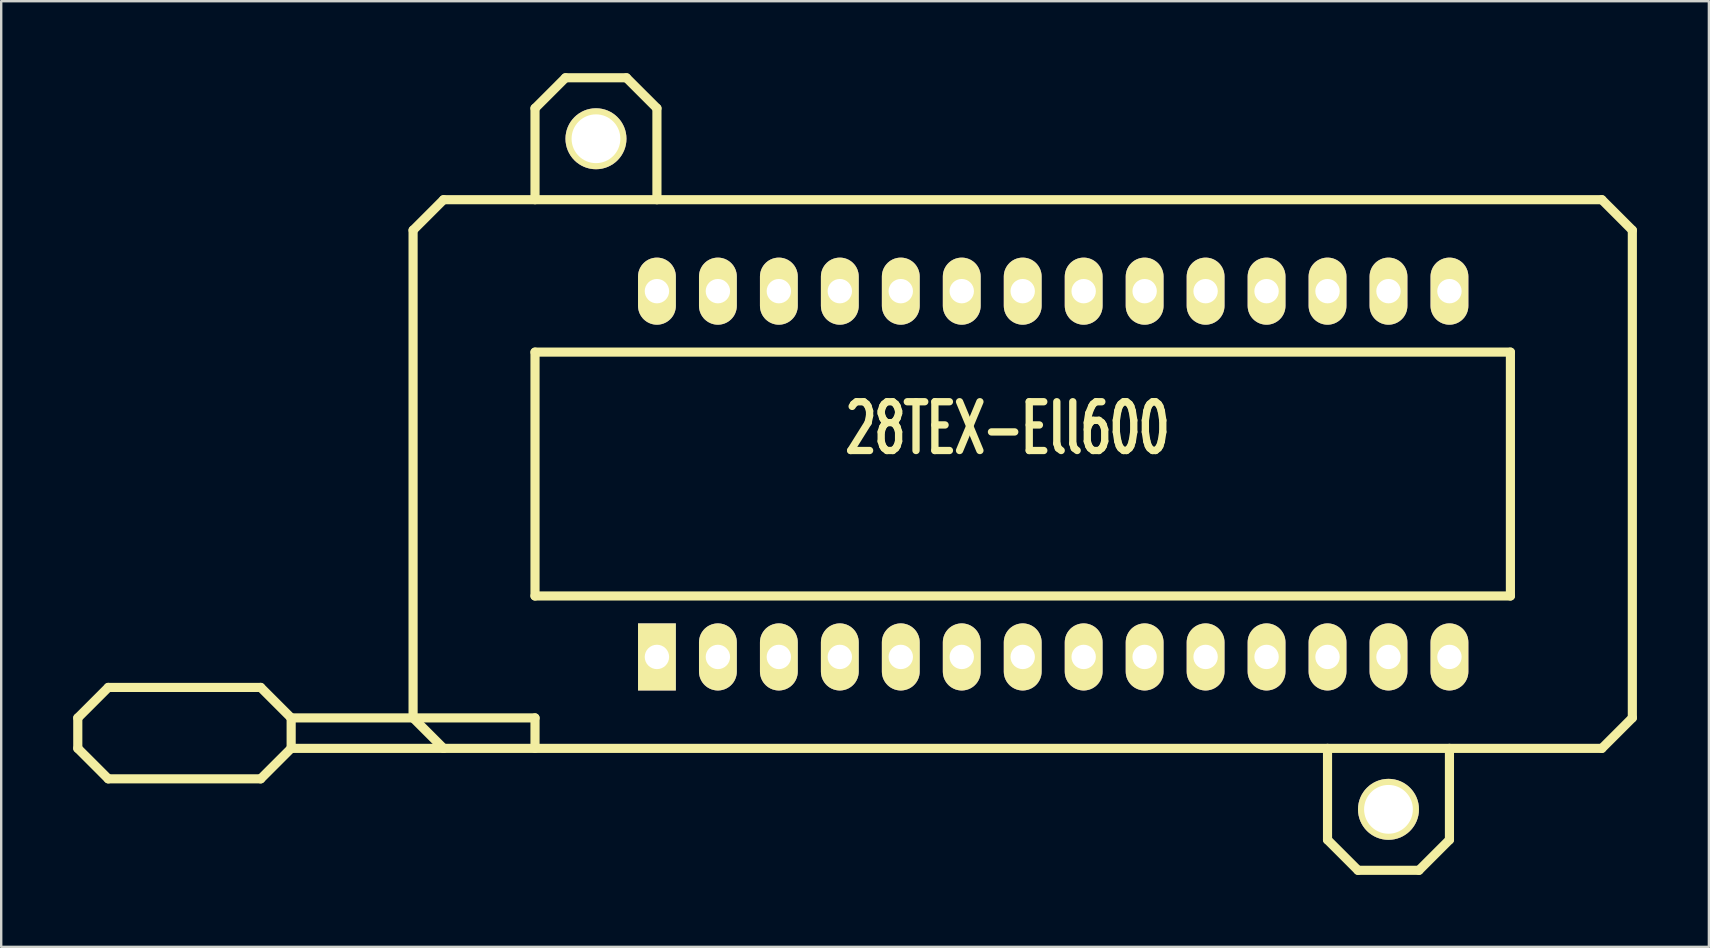
<source format=kicad_pcb>
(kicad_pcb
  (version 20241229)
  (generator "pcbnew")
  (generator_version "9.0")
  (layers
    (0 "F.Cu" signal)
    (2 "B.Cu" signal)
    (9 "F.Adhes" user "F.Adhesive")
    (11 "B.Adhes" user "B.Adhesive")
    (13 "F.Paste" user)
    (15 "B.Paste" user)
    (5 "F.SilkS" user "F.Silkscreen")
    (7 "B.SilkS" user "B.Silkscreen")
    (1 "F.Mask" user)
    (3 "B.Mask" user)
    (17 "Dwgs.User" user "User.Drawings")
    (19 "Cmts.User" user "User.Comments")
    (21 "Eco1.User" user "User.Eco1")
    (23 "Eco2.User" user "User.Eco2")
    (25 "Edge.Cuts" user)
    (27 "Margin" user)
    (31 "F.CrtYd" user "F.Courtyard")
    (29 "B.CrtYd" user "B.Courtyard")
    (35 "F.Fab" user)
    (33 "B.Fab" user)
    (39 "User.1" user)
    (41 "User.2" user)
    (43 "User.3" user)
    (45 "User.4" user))
  (footprint "28TEX-Ell600"
    (layer "F.Cu")
    (at 40.831 16.701)
    (property "Reference" "28TEX-Ell600" (at -1.905 -1.905 0) (layer "F.SilkS") (effects (font (size 2.032 1.27) (thickness 0.305))))
    (attr through_hole)
    (fp_line (start -40.64 10.16) (end -40.64 11.43) (stroke (width 0.381) (type solid)) (layer "F.SilkS"))
    (fp_line (start -40.64 11.43) (end -39.37 12.7) (stroke (width 0.381) (type solid)) (layer "F.SilkS"))
    (fp_line (start -39.37 8.89) (end -40.64 10.16) (stroke (width 0.381) (type solid)) (layer "F.SilkS"))
    (fp_line (start -39.37 12.7) (end -33.02 12.7) (stroke (width 0.381) (type solid)) (layer "F.SilkS"))
    (fp_line (start -33.02 8.89) (end -39.37 8.89) (stroke (width 0.381) (type solid)) (layer "F.SilkS"))
    (fp_line (start -33.02 12.7) (end -31.75 11.43) (stroke (width 0.381) (type solid)) (layer "F.SilkS"))
    (fp_line (start -31.75 10.16) (end -33.02 8.89) (stroke (width 0.381) (type solid)) (layer "F.SilkS"))
    (fp_line (start -31.75 10.16) (end -21.59 10.16) (stroke (width 0.381) (type solid)) (layer "F.SilkS"))
    (fp_line (start -31.75 11.43) (end -31.75 10.16) (stroke (width 0.381) (type solid)) (layer "F.SilkS"))
    (fp_line (start -31.75 11.43) (end -25.4 11.43) (stroke (width 0.381) (type solid)) (layer "F.SilkS"))
    (fp_line (start -26.67 -10.16) (end -26.67 10.16) (stroke (width 0.381) (type solid)) (layer "F.SilkS"))
    (fp_line (start -26.67 10.16) (end -25.4 11.43) (stroke (width 0.381) (type solid)) (layer "F.SilkS"))
    (fp_line (start -25.4 -11.43) (end -26.67 -10.16) (stroke (width 0.381) (type solid)) (layer "F.SilkS"))
    (fp_line (start -25.4 11.43) (end 22.86 11.43) (stroke (width 0.381) (type solid)) (layer "F.SilkS"))
    (fp_line (start -21.59 -15.24) (end -21.59 -11.43) (stroke (width 0.381) (type solid)) (layer "F.SilkS"))
    (fp_line (start -21.59 -5.08) (end -21.59 5.08) (stroke (width 0.381) (type solid)) (layer "F.SilkS"))
    (fp_line (start -21.59 5.08) (end 19.05 5.08) (stroke (width 0.381) (type solid)) (layer "F.SilkS"))
    (fp_line (start -21.59 10.16) (end -21.59 11.43) (stroke (width 0.381) (type solid)) (layer "F.SilkS"))
    (fp_line (start -20.32 -16.51) (end -21.59 -15.24) (stroke (width 0.381) (type solid)) (layer "F.SilkS"))
    (fp_line (start -17.78 -16.51) (end -20.32 -16.51) (stroke (width 0.381) (type solid)) (layer "F.SilkS"))
    (fp_line (start -16.51 -15.24) (end -17.78 -16.51) (stroke (width 0.381) (type solid)) (layer "F.SilkS"))
    (fp_line (start -16.51 -11.43) (end -16.51 -15.24) (stroke (width 0.381) (type solid)) (layer "F.SilkS"))
    (fp_line (start 11.43 15.24) (end 11.43 11.43) (stroke (width 0.381) (type solid)) (layer "F.SilkS"))
    (fp_line (start 12.7 16.51) (end 11.43 15.24) (stroke (width 0.381) (type solid)) (layer "F.SilkS"))
    (fp_line (start 15.24 16.51) (end 12.7 16.51) (stroke (width 0.381) (type solid)) (layer "F.SilkS"))
    (fp_line (start 16.51 11.43) (end 16.51 15.24) (stroke (width 0.381) (type solid)) (layer "F.SilkS"))
    (fp_line (start 16.51 15.24) (end 15.24 16.51) (stroke (width 0.381) (type solid)) (layer "F.SilkS"))
    (fp_line (start 19.05 -5.08) (end -21.59 -5.08) (stroke (width 0.381) (type solid)) (layer "F.SilkS"))
    (fp_line (start 19.05 5.08) (end 19.05 -5.08) (stroke (width 0.381) (type solid)) (layer "F.SilkS"))
    (fp_line (start 22.86 -11.43) (end -25.4 -11.43) (stroke (width 0.381) (type solid)) (layer "F.SilkS"))
    (fp_line (start 22.86 11.43) (end 24.13 10.16) (stroke (width 0.381) (type solid)) (layer "F.SilkS"))
    (fp_line (start 24.13 -10.16) (end 22.86 -11.43) (stroke (width 0.381) (type solid)) (layer "F.SilkS"))
    (fp_line (start 24.13 10.16) (end 24.13 -10.16) (stroke (width 0.381) (type solid)) (layer "F.SilkS"))
    (pad "1" thru_hole rect (at -16.51 7.62) (size 1.575 2.794) (drill 1.016) (layers "*.Cu" "*.Mask" "F.SilkS"))
    (pad "2" thru_hole oval (at -13.97 7.62) (size 1.575 2.794) (drill 1.016) (layers "*.Cu" "*.Mask" "F.SilkS"))
    (pad "3" thru_hole oval (at -11.43 7.62) (size 1.575 2.794) (drill 1.016) (layers "*.Cu" "*.Mask" "F.SilkS"))
    (pad "4" thru_hole oval (at -8.89 7.62) (size 1.575 2.794) (drill 1.016) (layers "*.Cu" "*.Mask" "F.SilkS"))
    (pad "5" thru_hole oval (at -6.35 7.62) (size 1.575 2.794) (drill 1.016) (layers "*.Cu" "*.Mask" "F.SilkS"))
    (pad "6" thru_hole oval (at -3.81 7.62) (size 1.575 2.794) (drill 1.016) (layers "*.Cu" "*.Mask" "F.SilkS"))
    (pad "7" thru_hole oval (at -1.27 7.62) (size 1.575 2.794) (drill 1.016) (layers "*.Cu" "*.Mask" "F.SilkS"))
    (pad "8" thru_hole oval (at 1.27 7.62) (size 1.575 2.794) (drill 1.016) (layers "*.Cu" "*.Mask" "F.SilkS"))
    (pad "9" thru_hole oval (at 3.81 7.62) (size 1.575 2.794) (drill 1.016) (layers "*.Cu" "*.Mask" "F.SilkS"))
    (pad "10" thru_hole oval (at 6.35 7.62) (size 1.575 2.794) (drill 1.016) (layers "*.Cu" "*.Mask" "F.SilkS"))
    (pad "11" thru_hole oval (at 8.89 7.62) (size 1.575 2.794) (drill 1.016) (layers "*.Cu" "*.Mask" "F.SilkS"))
    (pad "12" thru_hole oval (at 11.43 7.62) (size 1.575 2.794) (drill 1.016) (layers "*.Cu" "*.Mask" "F.SilkS"))
    (pad "13" thru_hole oval (at 13.97 7.62) (size 1.575 2.794) (drill 1.016) (layers "*.Cu" "*.Mask" "F.SilkS"))
    (pad "14" thru_hole oval (at 16.51 7.62) (size 1.575 2.794) (drill 1.016) (layers "*.Cu" "*.Mask" "F.SilkS"))
    (pad "15" thru_hole oval (at 16.51 -7.62) (size 1.575 2.794) (drill 1.016) (layers "*.Cu" "*.Mask" "F.SilkS"))
    (pad "16" thru_hole oval (at 13.97 -7.62) (size 1.575 2.794) (drill 1.016) (layers "*.Cu" "*.Mask" "F.SilkS"))
    (pad "17" thru_hole oval (at 11.43 -7.62) (size 1.575 2.794) (drill 1.016) (layers "*.Cu" "*.Mask" "F.SilkS"))
    (pad "18" thru_hole oval (at 8.89 -7.62) (size 1.575 2.794) (drill 1.016) (layers "*.Cu" "*.Mask" "F.SilkS"))
    (pad "19" thru_hole oval (at 6.35 -7.62) (size 1.575 2.794) (drill 1.016) (layers "*.Cu" "*.Mask" "F.SilkS"))
    (pad "20" thru_hole oval (at 3.81 -7.62) (size 1.575 2.794) (drill 1.016) (layers "*.Cu" "*.Mask" "F.SilkS"))
    (pad "21" thru_hole oval (at 1.27 -7.62) (size 1.575 2.794) (drill 1.016) (layers "*.Cu" "*.Mask" "F.SilkS"))
    (pad "22" thru_hole oval (at -1.27 -7.62) (size 1.575 2.794) (drill 1.016) (layers "*.Cu" "*.Mask" "F.SilkS"))
    (pad "23" thru_hole oval (at -3.81 -7.62) (size 1.575 2.794) (drill 1.016) (layers "*.Cu" "*.Mask" "F.SilkS"))
    (pad "24" thru_hole oval (at -6.35 -7.62) (size 1.575 2.794) (drill 1.016) (layers "*.Cu" "*.Mask" "F.SilkS"))
    (pad "25" thru_hole oval (at -8.89 -7.62) (size 1.575 2.794) (drill 1.016) (layers "*.Cu" "*.Mask" "F.SilkS"))
    (pad "26" thru_hole oval (at -11.43 -7.62) (size 1.575 2.794) (drill 1.016) (layers "*.Cu" "*.Mask" "F.SilkS"))
    (pad "27" thru_hole oval (at -13.97 -7.62) (size 1.575 2.794) (drill 1.016) (layers "*.Cu" "*.Mask" "F.SilkS"))
    (pad "28" thru_hole oval (at -16.51 -7.62) (size 1.575 2.794) (drill 1.016) (layers "*.Cu" "*.Mask" "F.SilkS"))
    (pad "HOLE" thru_hole circle (at -19.05 -13.97) (size 2.54 2.54) (drill 2.032) (layers "*.Cu" "*.Mask" "F.SilkS"))
    (pad "HOLE" thru_hole circle (at 13.97 13.97) (size 2.54 2.54) (drill 2.032) (layers "*.Cu" "*.Mask" "F.SilkS")))
  (gr_rect
    (start -3 -3)
    (end 68.151 36.401)
    (stroke (width 0.1) (type default))
    (fill no)
    (layer "Edge.Cuts")))
</source>
